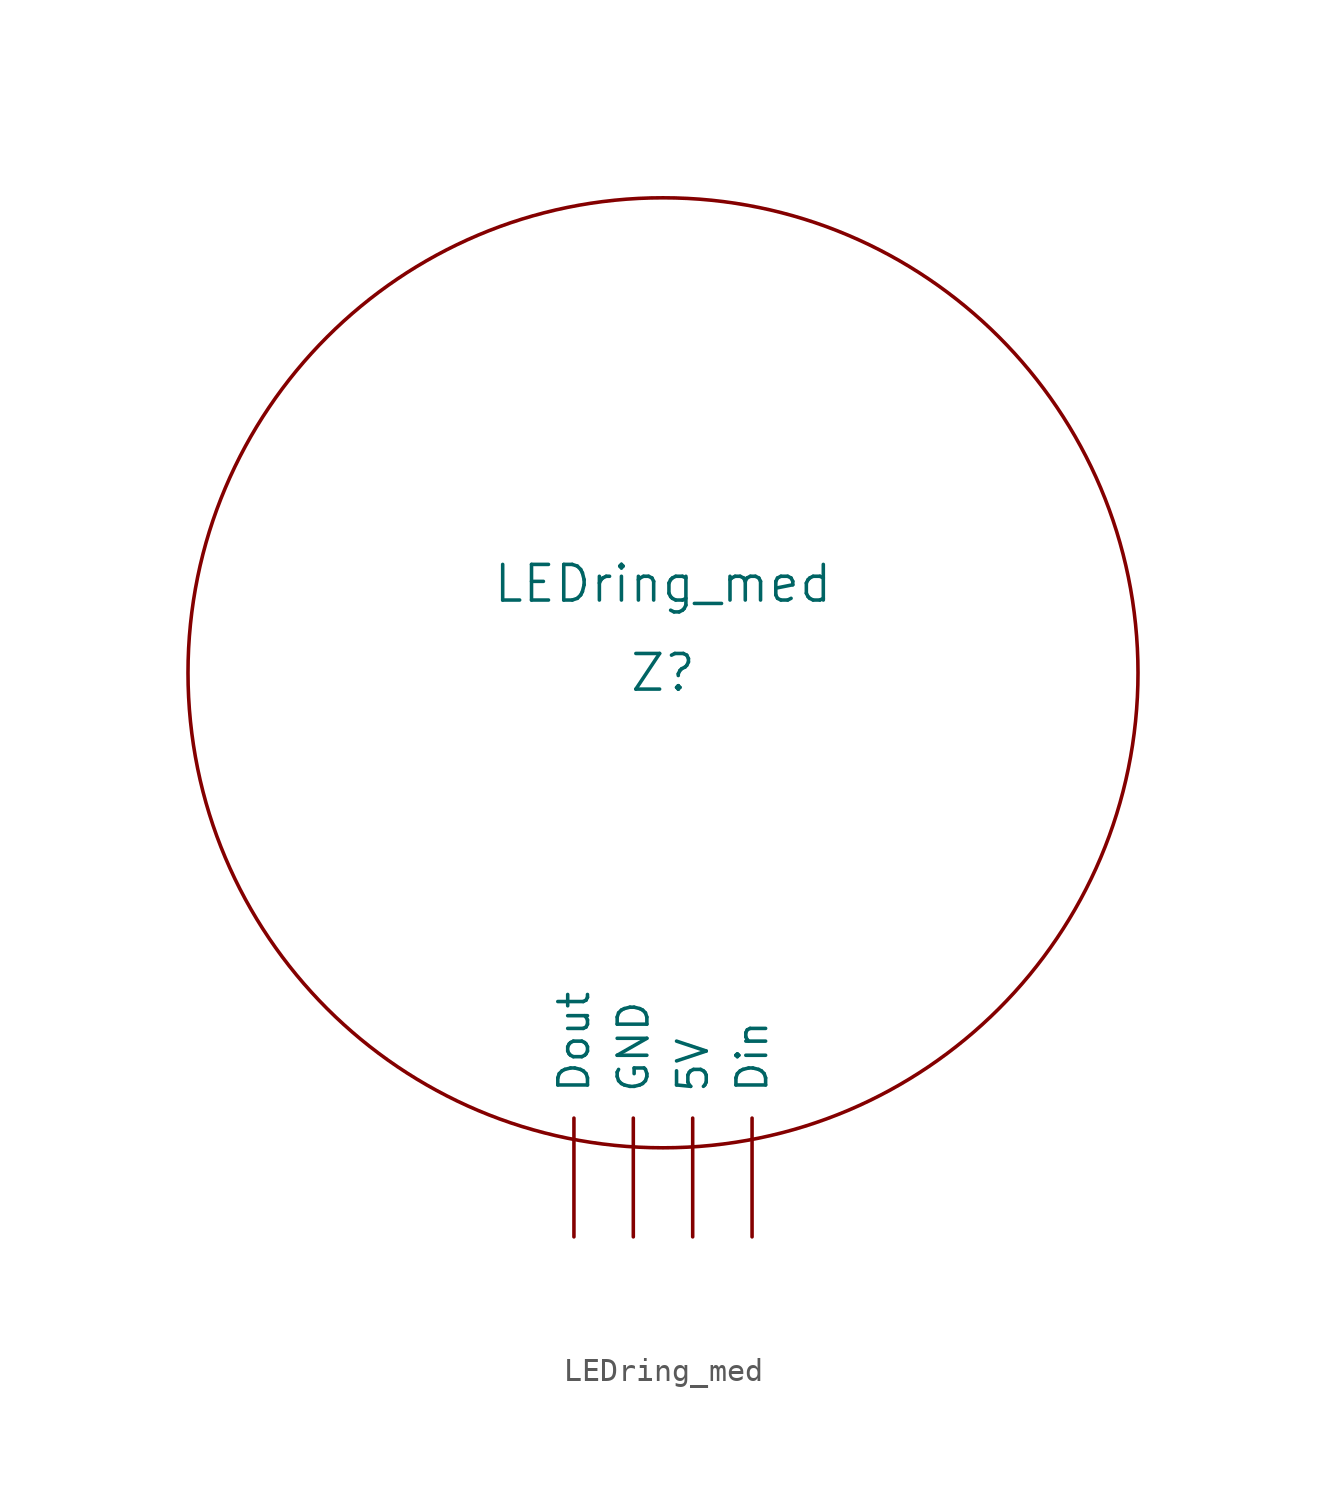
<source format=kicad_sym>
(kicad_symbol_lib
  (version 20231120)
  (generator "kicad_symbol_editor")
  (generator_version "8.0")
  (symbol "LEDring_med"
    (pin_names
      (offset 1.016))
    (property "Reference" "Z"
      (at 0 0 0)
      (effects (font (size 1.524 1.524))))
    (property "Value" "LEDring_med"
      (at 0 3.81 0)
      (effects (font (size 1.524 1.524))))
    (symbol "LEDring_med_0_1"
      (circle (center 0 0) (radius 20.32) (stroke (width 0) (type solid)) (fill (type none))))
    (symbol "LEDring_med_1_0"
      (pin input line (at 1.27 -24.13 90) (length 5.08) (name "5V" (effects (font (size 1.27 1.27)))) (number "~" (effects (font (size 1.27 1.27)))))
      (pin input line (at 3.81 -24.13 90) (length 5.08) (name "Din" (effects (font (size 1.27 1.27)))) (number "~" (effects (font (size 1.27 1.27)))))
      (pin input line (at -3.81 -24.13 90) (length 5.08) (name "Dout" (effects (font (size 1.27 1.27)))) (number "~" (effects (font (size 1.27 1.27)))))
      (pin input line (at -1.27 -24.13 90) (length 5.08) (name "GND" (effects (font (size 1.27 1.27)))) (number "~" (effects (font (size 1.27 1.27))))))))
</source>
